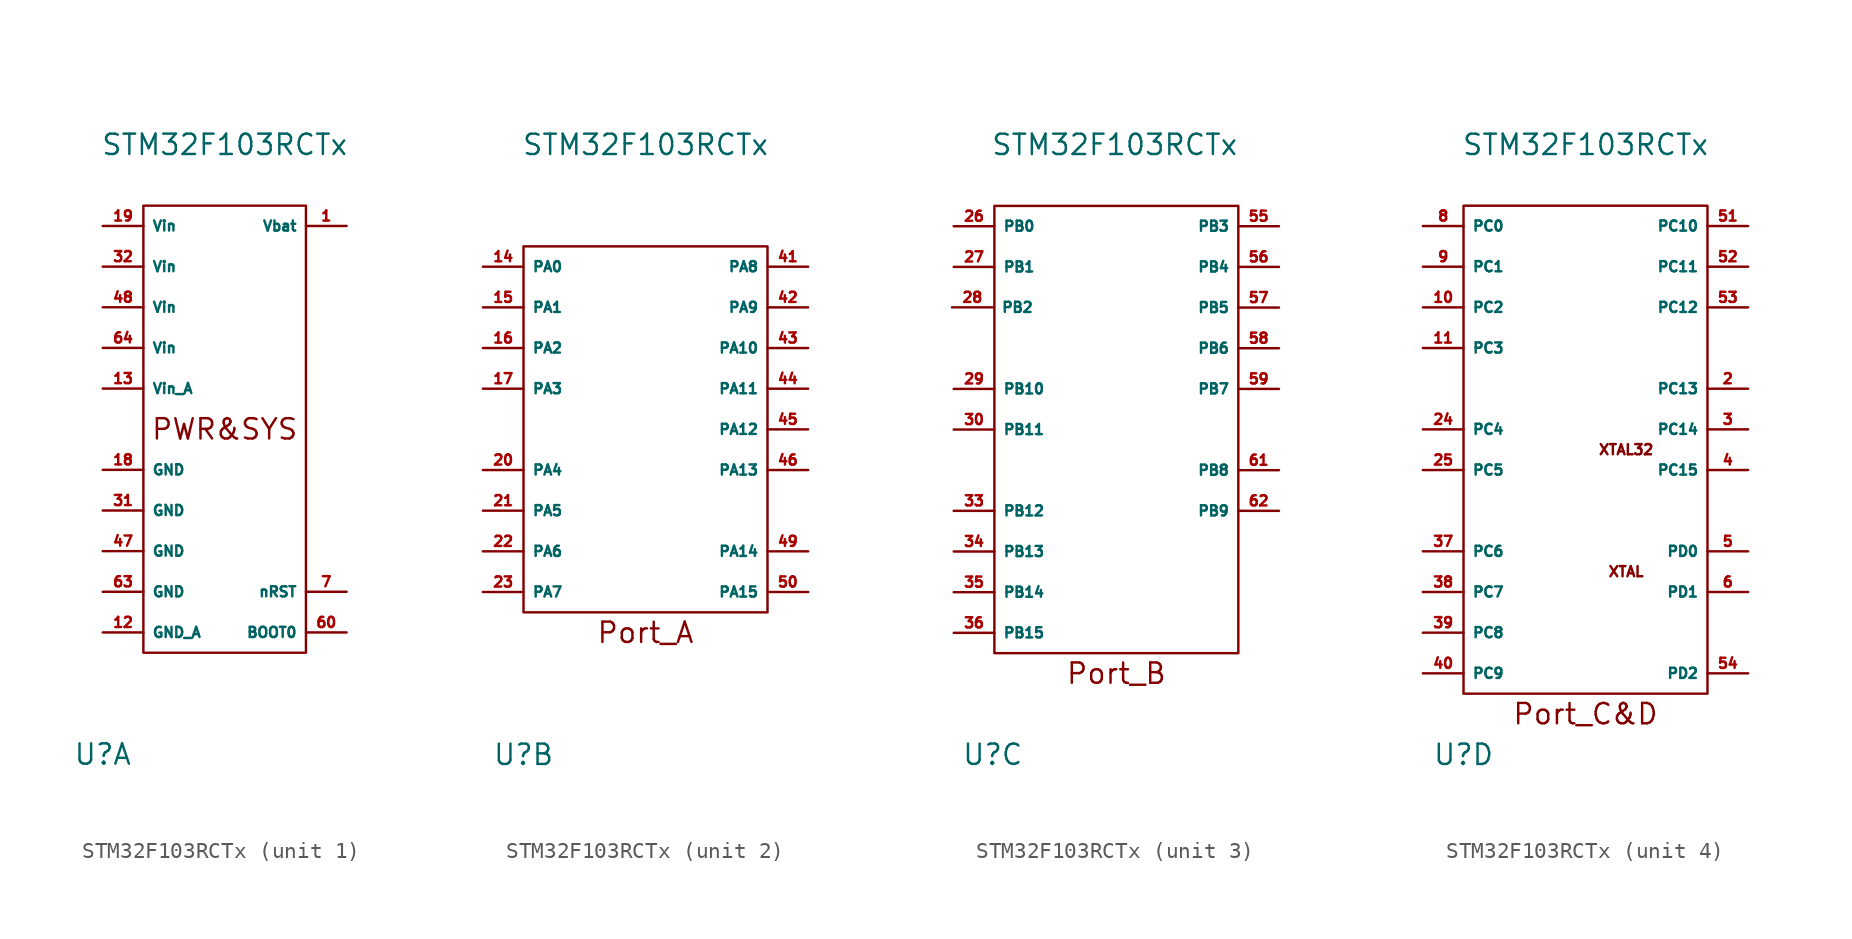
<source format=kicad_sym>
(kicad_symbol_lib
  (version 20211014)
  (generator kicad_symbol_editor)
  (symbol "STM32F103RCTx"
    (property "Reference" "U"
      (at -7.62 -20.32 0)
      (effects (font (size 1.27 1.27))))
    (property "Value" "STM32F103RCTx"
      (at 0 17.78 0)
      (effects (font (size 1.27 1.27))))
    (property "ki_locked" ""
      (at 0 0 0)
      (effects (font (size 1.27 1.27))))
    (symbol "STM32F103RCTx_1_0"
      (text "PWR&SYS" (at 0 0 0) (effects (font (size 1.27 1.27)))))
    (symbol "STM32F103RCTx_1_1"
      (rectangle (start -5.08 13.97) (end 5.08 -13.97) (stroke (width 0.152) (type default) (color 0 0 0 0)) (fill (type none)))
      (pin power_in line (at 7.62 12.7 180) (length 2.54) (name "Vbat" (effects (font (size 0.635 0.635)))) (number "1" (effects (font (size 0.635 0.635)))))
      (pin power_in line (at -7.62 -12.7 0) (length 2.54) (name "GND_A" (effects (font (size 0.635 0.635)))) (number "12" (effects (font (size 0.635 0.635)))))
      (pin power_in line (at -7.62 2.54 0) (length 2.54) (name "Vin_A" (effects (font (size 0.635 0.635)))) (number "13" (effects (font (size 0.635 0.635)))))
      (pin power_in line (at -7.62 -2.54 0) (length 2.54) (name "GND" (effects (font (size 0.635 0.635)))) (number "18" (effects (font (size 0.635 0.635)))))
      (pin power_in line (at -7.62 12.7 0) (length 2.54) (name "Vin" (effects (font (size 0.635 0.635)))) (number "19" (effects (font (size 0.635 0.635)))))
      (pin power_in line (at -7.62 -5.08 0) (length 2.54) (name "GND" (effects (font (size 0.635 0.635)))) (number "31" (effects (font (size 0.635 0.635)))))
      (pin power_in line (at -7.62 10.16 0) (length 2.54) (name "Vin" (effects (font (size 0.635 0.635)))) (number "32" (effects (font (size 0.635 0.635)))))
      (pin power_in line (at -7.62 -7.62 0) (length 2.54) (name "GND" (effects (font (size 0.635 0.635)))) (number "47" (effects (font (size 0.635 0.635)))))
      (pin power_in line (at -7.62 7.62 0) (length 2.54) (name "Vin" (effects (font (size 0.635 0.635)))) (number "48" (effects (font (size 0.635 0.635)))))
      (pin input line (at 7.62 -12.7 180) (length 2.54) (name "BOOT0" (effects (font (size 0.635 0.635)))) (number "60" (effects (font (size 0.635 0.635)))))
      (pin power_in line (at -7.62 -10.16 0) (length 2.54) (name "GND" (effects (font (size 0.635 0.635)))) (number "63" (effects (font (size 0.635 0.635)))))
      (pin power_in line (at -7.62 5.08 0) (length 2.54) (name "Vin" (effects (font (size 0.635 0.635)))) (number "64" (effects (font (size 0.635 0.635)))))
      (pin input line (at 7.62 -10.16 180) (length 2.54) (name "nRST" (effects (font (size 0.635 0.635)))) (number "7" (effects (font (size 0.635 0.635))))))
    (symbol "STM32F103RCTx_2_0"
      (text "Port_A" (at 0 -12.7 0) (effects (font (size 1.27 1.27)))))
    (symbol "STM32F103RCTx_2_1"
      (rectangle (start -7.62 11.43) (end 7.62 -11.43) (stroke (width 0) (type default) (color 0 0 0 0)) (fill (type none)))
      (pin bidirectional line (at -10.16 10.16 0) (length 2.54) (name "PA0" (effects (font (size 0.635 0.635)))) (number "14" (effects (font (size 0.635 0.635)))))
      (pin bidirectional line (at -10.16 7.62 0) (length 2.54) (name "PA1" (effects (font (size 0.635 0.635)))) (number "15" (effects (font (size 0.635 0.635)))))
      (pin bidirectional line (at -10.16 5.08 0) (length 2.54) (name "PA2" (effects (font (size 0.635 0.635)))) (number "16" (effects (font (size 0.635 0.635)))))
      (pin bidirectional line (at -10.16 2.54 0) (length 2.54) (name "PA3" (effects (font (size 0.635 0.635)))) (number "17" (effects (font (size 0.635 0.635)))))
      (pin bidirectional line (at -10.16 -2.54 0) (length 2.54) (name "PA4" (effects (font (size 0.635 0.635)))) (number "20" (effects (font (size 0.635 0.635)))))
      (pin bidirectional line (at -10.16 -5.08 0) (length 2.54) (name "PA5" (effects (font (size 0.635 0.635)))) (number "21" (effects (font (size 0.635 0.635)))))
      (pin bidirectional line (at -10.16 -7.62 0) (length 2.54) (name "PA6" (effects (font (size 0.635 0.635)))) (number "22" (effects (font (size 0.635 0.635)))))
      (pin bidirectional line (at -10.16 -10.16 0) (length 2.54) (name "PA7" (effects (font (size 0.635 0.635)))) (number "23" (effects (font (size 0.635 0.635)))))
      (pin bidirectional line (at 10.16 10.16 180) (length 2.54) (name "PA8" (effects (font (size 0.635 0.635)))) (number "41" (effects (font (size 0.635 0.635)))))
      (pin bidirectional line (at 10.16 7.62 180) (length 2.54) (name "PA9" (effects (font (size 0.635 0.635)))) (number "42" (effects (font (size 0.635 0.635)))))
      (pin bidirectional line (at 10.16 5.08 180) (length 2.54) (name "PA10" (effects (font (size 0.635 0.635)))) (number "43" (effects (font (size 0.635 0.635)))))
      (pin bidirectional line (at 10.16 2.54 180) (length 2.54) (name "PA11" (effects (font (size 0.635 0.635)))) (number "44" (effects (font (size 0.635 0.635)))))
      (pin bidirectional line (at 10.16 0 180) (length 2.54) (name "PA12" (effects (font (size 0.635 0.635)))) (number "45" (effects (font (size 0.635 0.635)))))
      (pin bidirectional line (at 10.16 -2.54 180) (length 2.54) (name "PA13" (effects (font (size 0.635 0.635)))) (number "46" (effects (font (size 0.635 0.635)))))
      (pin bidirectional line (at 10.16 -7.62 180) (length 2.54) (name "PA14" (effects (font (size 0.635 0.635)))) (number "49" (effects (font (size 0.635 0.635)))))
      (pin bidirectional line (at 10.16 -10.16 180) (length 2.54) (name "PA15" (effects (font (size 0.635 0.635)))) (number "50" (effects (font (size 0.635 0.635))))))
    (symbol "STM32F103RCTx_3_0"
      (text "Port_B" (at 0.106 -15.254 0) (effects (font (size 1.27 1.27)))))
    (symbol "STM32F103RCTx_3_1"
      (rectangle (start -7.514 13.957) (end 7.726 -13.983) (stroke (width 0) (type default) (color 0 0 0 0)) (fill (type none)))
      (pin bidirectional line (at -10.054 12.687 0) (length 2.54) (name "PB0" (effects (font (size 0.635 0.635)))) (number "26" (effects (font (size 0.635 0.635)))))
      (pin bidirectional line (at -10.054 10.146 0) (length 2.54) (name "PB1" (effects (font (size 0.635 0.635)))) (number "27" (effects (font (size 0.635 0.635)))))
      (pin bidirectional line (at -10.16 7.62 0) (length 2.54) (name "PB2" (effects (font (size 0.635 0.635)))) (number "28" (effects (font (size 0.635 0.635)))))
      (pin bidirectional line (at -10.054 2.526 0) (length 2.54) (name "PB10" (effects (font (size 0.635 0.635)))) (number "29" (effects (font (size 0.635 0.635)))))
      (pin bidirectional line (at -10.054 -0.013 0) (length 2.54) (name "PB11" (effects (font (size 0.635 0.635)))) (number "30" (effects (font (size 0.635 0.635)))))
      (pin bidirectional line (at -10.054 -5.093 0) (length 2.54) (name "PB12" (effects (font (size 0.635 0.635)))) (number "33" (effects (font (size 0.635 0.635)))))
      (pin bidirectional line (at -10.054 -7.633 0) (length 2.54) (name "PB13" (effects (font (size 0.635 0.635)))) (number "34" (effects (font (size 0.635 0.635)))))
      (pin bidirectional line (at -10.054 -10.174 0) (length 2.54) (name "PB14" (effects (font (size 0.635 0.635)))) (number "35" (effects (font (size 0.635 0.635)))))
      (pin bidirectional line (at -10.054 -12.713 0) (length 2.54) (name "PB15" (effects (font (size 0.635 0.635)))) (number "36" (effects (font (size 0.635 0.635)))))
      (pin bidirectional line (at 10.266 12.687 180) (length 2.54) (name "PB3" (effects (font (size 0.635 0.635)))) (number "55" (effects (font (size 0.635 0.635)))))
      (pin bidirectional line (at 10.266 10.146 180) (length 2.54) (name "PB4" (effects (font (size 0.635 0.635)))) (number "56" (effects (font (size 0.635 0.635)))))
      (pin bidirectional line (at 10.266 7.606 180) (length 2.54) (name "PB5" (effects (font (size 0.635 0.635)))) (number "57" (effects (font (size 0.635 0.635)))))
      (pin bidirectional line (at 10.266 5.066 180) (length 2.54) (name "PB6" (effects (font (size 0.635 0.635)))) (number "58" (effects (font (size 0.635 0.635)))))
      (pin bidirectional line (at 10.266 2.526 180) (length 2.54) (name "PB7" (effects (font (size 0.635 0.635)))) (number "59" (effects (font (size 0.635 0.635)))))
      (pin bidirectional line (at 10.266 -2.554 180) (length 2.54) (name "PB8" (effects (font (size 0.635 0.635)))) (number "61" (effects (font (size 0.635 0.635)))))
      (pin bidirectional line (at 10.266 -5.093 180) (length 2.54) (name "PB9" (effects (font (size 0.635 0.635)))) (number "62" (effects (font (size 0.635 0.635))))))
    (symbol "STM32F103RCTx_4_0"
      (text "Port_C&D" (at 0 -17.78 0) (effects (font (size 1.27 1.27)))))
    (symbol "STM32F103RCTx_4_1"
      (rectangle (start -7.62 13.97) (end 7.62 -16.51) (stroke (width 0.152) (type default) (color 0 0 0 0)) (fill (type none)))
      (text "XTAL" (at 2.54 -8.89 0) (effects (font (size 0.635 0.635))))
      (text "XTAL32" (at 2.54 -1.27 0) (effects (font (size 0.635 0.635))))
      (pin bidirectional line (at -10.16 7.62 0) (length 2.54) (name "PC2" (effects (font (size 0.635 0.635)))) (number "10" (effects (font (size 0.635 0.635)))))
      (pin bidirectional line (at -10.16 5.08 0) (length 2.54) (name "PC3" (effects (font (size 0.635 0.635)))) (number "11" (effects (font (size 0.635 0.635)))))
      (pin bidirectional line (at 10.16 2.54 180) (length 2.54) (name "PC13" (effects (font (size 0.635 0.635)))) (number "2" (effects (font (size 0.635 0.635)))))
      (pin bidirectional line (at -10.16 0 0) (length 2.54) (name "PC4" (effects (font (size 0.635 0.635)))) (number "24" (effects (font (size 0.635 0.635)))))
      (pin bidirectional line (at -10.16 -2.54 0) (length 2.54) (name "PC5" (effects (font (size 0.635 0.635)))) (number "25" (effects (font (size 0.635 0.635)))))
      (pin bidirectional line (at 10.16 0 180) (length 2.54) (name "PC14" (effects (font (size 0.635 0.635)))) (number "3" (effects (font (size 0.635 0.635)))))
      (pin bidirectional line (at -10.16 -7.62 0) (length 2.54) (name "PC6" (effects (font (size 0.635 0.635)))) (number "37" (effects (font (size 0.635 0.635)))))
      (pin bidirectional line (at -10.16 -10.16 0) (length 2.54) (name "PC7" (effects (font (size 0.635 0.635)))) (number "38" (effects (font (size 0.635 0.635)))))
      (pin bidirectional line (at -10.16 -12.7 0) (length 2.54) (name "PC8" (effects (font (size 0.635 0.635)))) (number "39" (effects (font (size 0.635 0.635)))))
      (pin bidirectional line (at 10.16 -2.54 180) (length 2.54) (name "PC15" (effects (font (size 0.635 0.635)))) (number "4" (effects (font (size 0.635 0.635)))))
      (pin bidirectional line (at -10.16 -15.24 0) (length 2.54) (name "PC9" (effects (font (size 0.635 0.635)))) (number "40" (effects (font (size 0.635 0.635)))))
      (pin bidirectional line (at 10.16 -7.62 180) (length 2.54) (name "PD0" (effects (font (size 0.635 0.635)))) (number "5" (effects (font (size 0.635 0.635)))))
      (pin bidirectional line (at 10.16 12.7 180) (length 2.54) (name "PC10" (effects (font (size 0.635 0.635)))) (number "51" (effects (font (size 0.635 0.635)))))
      (pin bidirectional line (at 10.16 10.16 180) (length 2.54) (name "PC11" (effects (font (size 0.635 0.635)))) (number "52" (effects (font (size 0.635 0.635)))))
      (pin bidirectional line (at 10.16 7.62 180) (length 2.54) (name "PC12" (effects (font (size 0.635 0.635)))) (number "53" (effects (font (size 0.635 0.635)))))
      (pin bidirectional line (at 10.16 -15.24 180) (length 2.54) (name "PD2" (effects (font (size 0.635 0.635)))) (number "54" (effects (font (size 0.635 0.635)))))
      (pin bidirectional line (at 10.16 -10.16 180) (length 2.54) (name "PD1" (effects (font (size 0.635 0.635)))) (number "6" (effects (font (size 0.635 0.635)))))
      (pin bidirectional line (at -10.16 12.7 0) (length 2.54) (name "PC0" (effects (font (size 0.635 0.635)))) (number "8" (effects (font (size 0.635 0.635)))))
      (pin bidirectional line (at -10.16 10.16 0) (length 2.54) (name "PC1" (effects (font (size 0.635 0.635)))) (number "9" (effects (font (size 0.635 0.635))))))))
</source>
